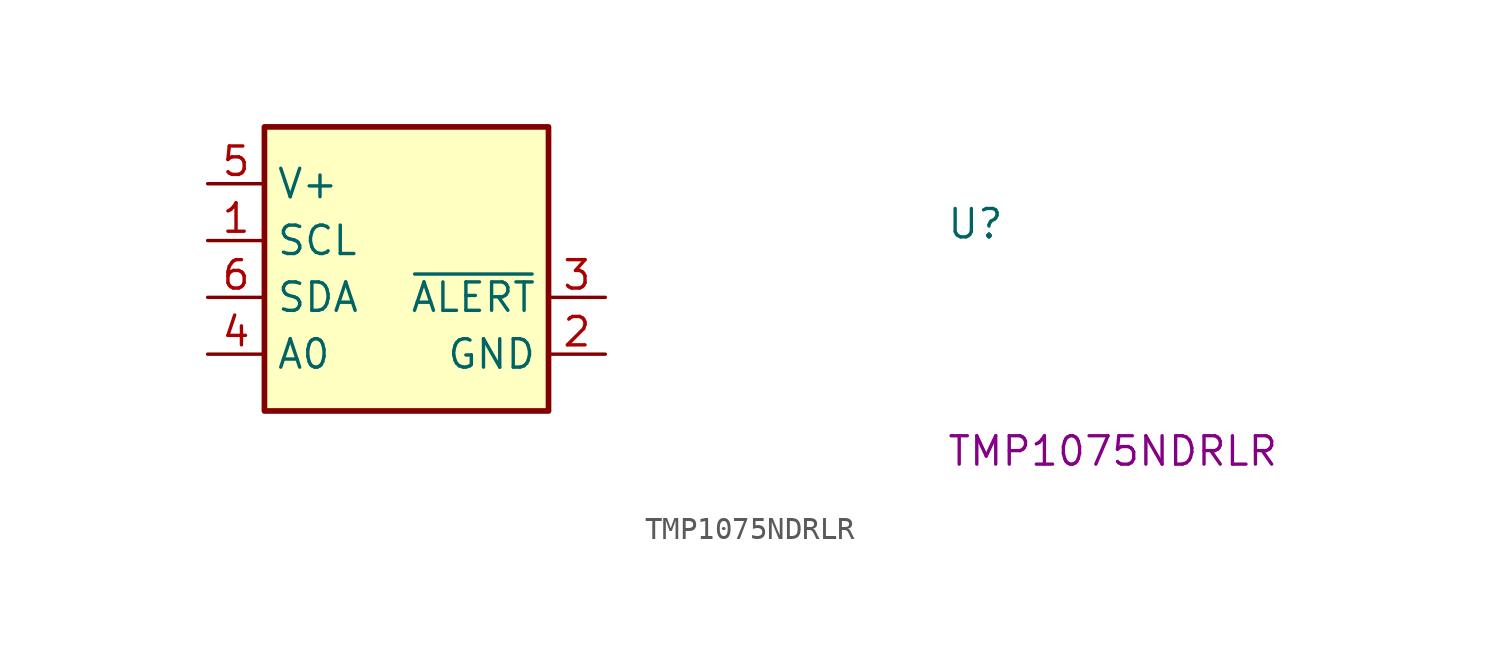
<source format=kicad_sym>
(kicad_symbol_lib
  (version 20220914)
  (generator kicad_symbol_editor)
  (symbol "TMP1075NDRLR"
    (property "Reference" "U"
      (at 33.02 -2.54 0)
      (effects (font (size 1.27 1.27) (thickness 0.15)) (justify left bottom)))
    (property "MPN" "TMP1075NDRLR "
      (at 33.02 -12.7 0)
      (effects (font (size 1.27 1.27) (thickness 0.15)) (justify left bottom)))
    (symbol "TMP1075NDRLR_1_1"
      (rectangle (start 2.54 2.54) (end 15.24 -10.16) (stroke (width 0.254) (type default)) (fill (type background)))
      (pin input line (at 0 -2.54 0) (length 2.54) (name "SCL" (effects (font (size 1.27 1.27)))) (number "1" (effects (font (size 1.27 1.27)))))
      (pin power_in line (at 17.78 -7.62 180) (length 2.54) (name "GND" (effects (font (size 1.27 1.27)))) (number "2" (effects (font (size 1.27 1.27)))))
      (pin output line (at 17.78 -5.08 180) (length 2.54) (name "~{ALERT}" (effects (font (size 1.27 1.27)))) (number "3" (effects (font (size 1.27 1.27)))))
      (pin input line (at 0 -7.62 0) (length 2.54) (name "A0" (effects (font (size 1.27 1.27)))) (number "4" (effects (font (size 1.27 1.27)))))
      (pin power_in line (at 0 0 0) (length 2.54) (name "V+" (effects (font (size 1.27 1.27)))) (number "5" (effects (font (size 1.27 1.27)))))
      (pin bidirectional line (at 0 -5.08 0) (length 2.54) (name "SDA" (effects (font (size 1.27 1.27)))) (number "6" (effects (font (size 1.27 1.27))))))))
</source>
